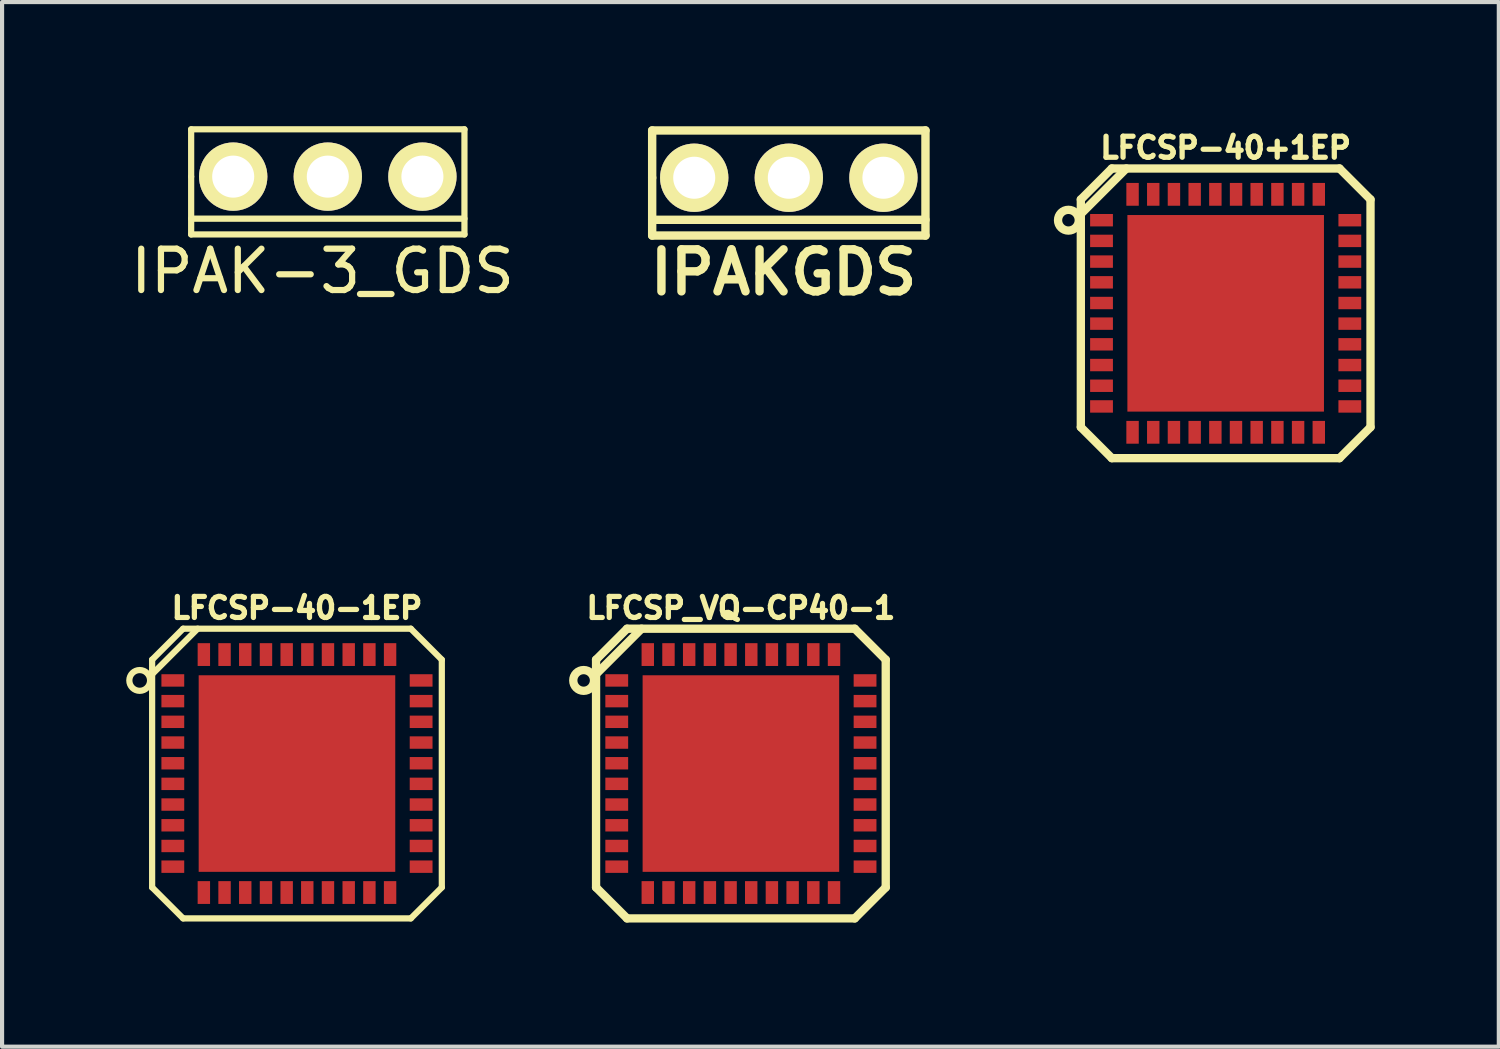
<source format=kicad_pcb>
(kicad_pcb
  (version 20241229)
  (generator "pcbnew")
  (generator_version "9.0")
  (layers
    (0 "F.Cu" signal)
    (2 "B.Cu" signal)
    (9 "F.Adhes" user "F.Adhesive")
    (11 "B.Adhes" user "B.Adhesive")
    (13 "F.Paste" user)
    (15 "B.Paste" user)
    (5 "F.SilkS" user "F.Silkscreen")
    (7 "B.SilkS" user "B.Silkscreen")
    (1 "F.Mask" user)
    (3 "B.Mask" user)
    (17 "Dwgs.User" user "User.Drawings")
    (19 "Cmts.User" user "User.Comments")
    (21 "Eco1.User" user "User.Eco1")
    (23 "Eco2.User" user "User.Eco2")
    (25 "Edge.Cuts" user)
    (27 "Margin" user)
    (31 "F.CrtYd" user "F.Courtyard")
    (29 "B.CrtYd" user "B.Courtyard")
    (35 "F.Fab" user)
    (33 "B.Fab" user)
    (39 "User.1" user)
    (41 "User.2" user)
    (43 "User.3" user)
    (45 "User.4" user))
  (footprint "LFCSP_VQ-CP40-1"
    (layer "F.Cu")
    (at 14.853 15.642)
    (property "Reference" "LFCSP_VQ-CP40-1" (at 0 -4 0) (layer "F.SilkS") (effects (font (size 0.508 0.508) (thickness 0.127))))
    (attr smd)
    (fp_line (start -3.5 -2.751) (end -2.751 -3.5) (stroke (width 0.201) (type solid)) (layer "F.SilkS"))
    (fp_line (start -3.5 -2.4) (end -2.4 -3.5) (stroke (width 0.201) (type solid)) (layer "F.SilkS"))
    (fp_line (start -3.5 2.751) (end -3.5 -2.751) (stroke (width 0.201) (type solid)) (layer "F.SilkS"))
    (fp_line (start -2.751 -3.5) (end 2.751 -3.5) (stroke (width 0.201) (type solid)) (layer "F.SilkS"))
    (fp_line (start -2.751 3.5) (end -3.5 2.751) (stroke (width 0.201) (type solid)) (layer "F.SilkS"))
    (fp_line (start 2.751 -3.5) (end 3.5 -2.751) (stroke (width 0.201) (type solid)) (layer "F.SilkS"))
    (fp_line (start 2.751 3.5) (end -2.751 3.5) (stroke (width 0.201) (type solid)) (layer "F.SilkS"))
    (fp_line (start 2.751 3.5) (end 3.5 2.751) (stroke (width 0.201) (type solid)) (layer "F.SilkS"))
    (fp_line (start 3.5 -2.751) (end 3.5 2.751) (stroke (width 0.201) (type solid)) (layer "F.SilkS"))
    (fp_circle (center -3.8 -2.25) (end -4.051 -2.25) (stroke (width 0.201) (type solid)) (fill no) (layer "F.SilkS"))
    (pad "1" smd rect (at -3 -2.25 270) (size 0.3 0.551) (layers "F.Cu" "F.Mask" "F.Paste"))
    (pad "2" smd rect (at -3 -1.75 270) (size 0.3 0.551) (layers "F.Cu" "F.Mask" "F.Paste"))
    (pad "3" smd rect (at -3 -1.25 270) (size 0.3 0.551) (layers "F.Cu" "F.Mask" "F.Paste"))
    (pad "4" smd rect (at -3 -0.749 270) (size 0.3 0.551) (layers "F.Cu" "F.Mask" "F.Paste"))
    (pad "5" smd rect (at -3 -0.249 270) (size 0.3 0.551) (layers "F.Cu" "F.Mask" "F.Paste"))
    (pad "6" smd rect (at -3 0.249 270) (size 0.3 0.551) (layers "F.Cu" "F.Mask" "F.Paste"))
    (pad "7" smd rect (at -3 0.749 270) (size 0.3 0.551) (layers "F.Cu" "F.Mask" "F.Paste"))
    (pad "8" smd rect (at -3 1.25 270) (size 0.3 0.551) (layers "F.Cu" "F.Mask" "F.Paste"))
    (pad "9" smd rect (at -3 1.75 270) (size 0.3 0.551) (layers "F.Cu" "F.Mask" "F.Paste"))
    (pad "10" smd rect (at -3 2.25 270) (size 0.3 0.551) (layers "F.Cu" "F.Mask" "F.Paste"))
    (pad "11" smd rect (at -2.25 2.875) (size 0.3 0.551) (layers "F.Cu" "F.Mask" "F.Paste"))
    (pad "12" smd rect (at -1.75 2.875) (size 0.3 0.551) (layers "F.Cu" "F.Mask" "F.Paste"))
    (pad "13" smd rect (at -1.25 2.875) (size 0.3 0.551) (layers "F.Cu" "F.Mask" "F.Paste"))
    (pad "14" smd rect (at -0.749 2.875) (size 0.3 0.551) (layers "F.Cu" "F.Mask" "F.Paste"))
    (pad "15" smd rect (at -0.249 2.875) (size 0.3 0.551) (layers "F.Cu" "F.Mask" "F.Paste"))
    (pad "16" smd rect (at 0.249 2.875) (size 0.3 0.551) (layers "F.Cu" "F.Mask" "F.Paste"))
    (pad "17" smd rect (at 0.749 2.875) (size 0.3 0.551) (layers "F.Cu" "F.Mask" "F.Paste"))
    (pad "18" smd rect (at 1.25 2.875) (size 0.3 0.551) (layers "F.Cu" "F.Mask" "F.Paste"))
    (pad "19" smd rect (at 1.75 2.875) (size 0.3 0.551) (layers "F.Cu" "F.Mask" "F.Paste"))
    (pad "20" smd rect (at 2.25 2.875) (size 0.3 0.551) (layers "F.Cu" "F.Mask" "F.Paste"))
    (pad "21" smd rect (at 3 2.25 270) (size 0.3 0.551) (layers "F.Cu" "F.Mask" "F.Paste"))
    (pad "22" smd rect (at 3 1.75 270) (size 0.3 0.551) (layers "F.Cu" "F.Mask" "F.Paste"))
    (pad "23" smd rect (at 3 1.25 270) (size 0.3 0.551) (layers "F.Cu" "F.Mask" "F.Paste"))
    (pad "24" smd rect (at 3 0.749 270) (size 0.3 0.551) (layers "F.Cu" "F.Mask" "F.Paste"))
    (pad "25" smd rect (at 3 0.249 270) (size 0.3 0.551) (layers "F.Cu" "F.Mask" "F.Paste"))
    (pad "26" smd rect (at 3 -0.249 270) (size 0.3 0.551) (layers "F.Cu" "F.Mask" "F.Paste"))
    (pad "27" smd rect (at 3 -0.749 270) (size 0.3 0.551) (layers "F.Cu" "F.Mask" "F.Paste"))
    (pad "28" smd rect (at 3 -1.25 270) (size 0.3 0.551) (layers "F.Cu" "F.Mask" "F.Paste"))
    (pad "29" smd rect (at 3 -1.75 270) (size 0.3 0.551) (layers "F.Cu" "F.Mask" "F.Paste"))
    (pad "30" smd rect (at 3 -2.25 270) (size 0.3 0.551) (layers "F.Cu" "F.Mask" "F.Paste"))
    (pad "31" smd rect (at 2.25 -2.875) (size 0.3 0.551) (layers "F.Cu" "F.Mask" "F.Paste"))
    (pad "32" smd rect (at 1.75 -2.875) (size 0.3 0.551) (layers "F.Cu" "F.Mask" "F.Paste"))
    (pad "33" smd rect (at 1.25 -2.875) (size 0.3 0.551) (layers "F.Cu" "F.Mask" "F.Paste"))
    (pad "34" smd rect (at 0.749 -2.875) (size 0.3 0.551) (layers "F.Cu" "F.Mask" "F.Paste"))
    (pad "35" smd rect (at 0.251 -2.875) (size 0.3 0.551) (layers "F.Cu" "F.Mask" "F.Paste"))
    (pad "36" smd rect (at -0.249 -2.875) (size 0.3 0.551) (layers "F.Cu" "F.Mask" "F.Paste"))
    (pad "37" smd rect (at -0.749 -2.875) (size 0.3 0.551) (layers "F.Cu" "F.Mask" "F.Paste"))
    (pad "38" smd rect (at -1.25 -2.875) (size 0.3 0.551) (layers "F.Cu" "F.Mask" "F.Paste"))
    (pad "39" smd rect (at -1.75 -2.875) (size 0.3 0.551) (layers "F.Cu" "F.Mask" "F.Paste"))
    (pad "40" smd rect (at -2.25 -2.875) (size 0.3 0.551) (layers "F.Cu" "F.Mask" "F.Paste"))
    (pad "41" smd rect (at 0 0) (size 4.75 4.75) (layers "F.Cu" "F.Mask" "F.Paste")))
  (footprint "LFCSP-40-1EP"
    (layer "F.Cu")
    (at 4.126 15.642)
    (property "Reference" "LFCSP-40-1EP" (at 0 -4 0) (layer "F.SilkS") (effects (font (size 0.508 0.508) (thickness 0.127))))
    (attr smd)
    (fp_line (start -3.5 -2.751) (end -2.751 -3.5) (stroke (width 0.15) (type solid)) (layer "F.SilkS"))
    (fp_line (start -3.5 -2.4) (end -2.4 -3.5) (stroke (width 0.15) (type solid)) (layer "F.SilkS"))
    (fp_line (start -3.5 2.751) (end -3.5 -2.751) (stroke (width 0.15) (type solid)) (layer "F.SilkS"))
    (fp_line (start -2.751 -3.5) (end 2.751 -3.5) (stroke (width 0.15) (type solid)) (layer "F.SilkS"))
    (fp_line (start -2.751 3.5) (end -3.5 2.751) (stroke (width 0.15) (type solid)) (layer "F.SilkS"))
    (fp_line (start 2.751 -3.5) (end 3.5 -2.751) (stroke (width 0.15) (type solid)) (layer "F.SilkS"))
    (fp_line (start 2.751 3.5) (end -2.751 3.5) (stroke (width 0.15) (type solid)) (layer "F.SilkS"))
    (fp_line (start 2.751 3.5) (end 3.5 2.751) (stroke (width 0.15) (type solid)) (layer "F.SilkS"))
    (fp_line (start 3.5 -2.751) (end 3.5 2.751) (stroke (width 0.15) (type solid)) (layer "F.SilkS"))
    (fp_circle (center -3.8 -2.25) (end -4.051 -2.25) (stroke (width 0.15) (type solid)) (fill no) (layer "F.SilkS"))
    (pad "1" smd rect (at -3 -2.25 270) (size 0.3 0.551) (layers "F.Cu" "F.Mask" "F.Paste"))
    (pad "2" smd rect (at -3 -1.75 270) (size 0.3 0.551) (layers "F.Cu" "F.Mask" "F.Paste"))
    (pad "3" smd rect (at -3 -1.25 270) (size 0.3 0.551) (layers "F.Cu" "F.Mask" "F.Paste"))
    (pad "4" smd rect (at -3 -0.749 270) (size 0.3 0.551) (layers "F.Cu" "F.Mask" "F.Paste"))
    (pad "5" smd rect (at -3 -0.249 270) (size 0.3 0.551) (layers "F.Cu" "F.Mask" "F.Paste"))
    (pad "6" smd rect (at -3 0.249 270) (size 0.3 0.551) (layers "F.Cu" "F.Mask" "F.Paste"))
    (pad "7" smd rect (at -3 0.749 270) (size 0.3 0.551) (layers "F.Cu" "F.Mask" "F.Paste"))
    (pad "8" smd rect (at -3 1.25 270) (size 0.3 0.551) (layers "F.Cu" "F.Mask" "F.Paste"))
    (pad "9" smd rect (at -3 1.75 270) (size 0.3 0.551) (layers "F.Cu" "F.Mask" "F.Paste"))
    (pad "10" smd rect (at -3 2.25 270) (size 0.3 0.551) (layers "F.Cu" "F.Mask" "F.Paste"))
    (pad "11" smd rect (at -2.25 2.875) (size 0.3 0.551) (layers "F.Cu" "F.Mask" "F.Paste"))
    (pad "12" smd rect (at -1.75 2.875) (size 0.3 0.551) (layers "F.Cu" "F.Mask" "F.Paste"))
    (pad "13" smd rect (at -1.25 2.875) (size 0.3 0.551) (layers "F.Cu" "F.Mask" "F.Paste"))
    (pad "14" smd rect (at -0.749 2.875) (size 0.3 0.551) (layers "F.Cu" "F.Mask" "F.Paste"))
    (pad "15" smd rect (at -0.249 2.875) (size 0.3 0.551) (layers "F.Cu" "F.Mask" "F.Paste"))
    (pad "16" smd rect (at 0.249 2.875) (size 0.3 0.551) (layers "F.Cu" "F.Mask" "F.Paste"))
    (pad "17" smd rect (at 0.749 2.875) (size 0.3 0.551) (layers "F.Cu" "F.Mask" "F.Paste"))
    (pad "18" smd rect (at 1.25 2.875) (size 0.3 0.551) (layers "F.Cu" "F.Mask" "F.Paste"))
    (pad "19" smd rect (at 1.75 2.875) (size 0.3 0.551) (layers "F.Cu" "F.Mask" "F.Paste"))
    (pad "20" smd rect (at 2.25 2.875) (size 0.3 0.551) (layers "F.Cu" "F.Mask" "F.Paste"))
    (pad "21" smd rect (at 3 2.25 270) (size 0.3 0.551) (layers "F.Cu" "F.Mask" "F.Paste"))
    (pad "22" smd rect (at 3 1.75 270) (size 0.3 0.551) (layers "F.Cu" "F.Mask" "F.Paste"))
    (pad "23" smd rect (at 3 1.25 270) (size 0.3 0.551) (layers "F.Cu" "F.Mask" "F.Paste"))
    (pad "24" smd rect (at 3 0.749 270) (size 0.3 0.551) (layers "F.Cu" "F.Mask" "F.Paste"))
    (pad "25" smd rect (at 3 0.249 270) (size 0.3 0.551) (layers "F.Cu" "F.Mask" "F.Paste"))
    (pad "26" smd rect (at 3 -0.249 270) (size 0.3 0.551) (layers "F.Cu" "F.Mask" "F.Paste"))
    (pad "27" smd rect (at 3 -0.749 270) (size 0.3 0.551) (layers "F.Cu" "F.Mask" "F.Paste"))
    (pad "28" smd rect (at 3 -1.25 270) (size 0.3 0.551) (layers "F.Cu" "F.Mask" "F.Paste"))
    (pad "29" smd rect (at 3 -1.75 270) (size 0.3 0.551) (layers "F.Cu" "F.Mask" "F.Paste"))
    (pad "30" smd rect (at 3 -2.25 270) (size 0.3 0.551) (layers "F.Cu" "F.Mask" "F.Paste"))
    (pad "31" smd rect (at 2.25 -2.875) (size 0.3 0.551) (layers "F.Cu" "F.Mask" "F.Paste"))
    (pad "32" smd rect (at 1.75 -2.875) (size 0.3 0.551) (layers "F.Cu" "F.Mask" "F.Paste"))
    (pad "33" smd rect (at 1.25 -2.875) (size 0.3 0.551) (layers "F.Cu" "F.Mask" "F.Paste"))
    (pad "34" smd rect (at 0.749 -2.875) (size 0.3 0.551) (layers "F.Cu" "F.Mask" "F.Paste"))
    (pad "35" smd rect (at 0.251 -2.875) (size 0.3 0.551) (layers "F.Cu" "F.Mask" "F.Paste"))
    (pad "36" smd rect (at -0.249 -2.875) (size 0.3 0.551) (layers "F.Cu" "F.Mask" "F.Paste"))
    (pad "37" smd rect (at -0.749 -2.875) (size 0.3 0.551) (layers "F.Cu" "F.Mask" "F.Paste"))
    (pad "38" smd rect (at -1.25 -2.875) (size 0.3 0.551) (layers "F.Cu" "F.Mask" "F.Paste"))
    (pad "39" smd rect (at -1.75 -2.875) (size 0.3 0.551) (layers "F.Cu" "F.Mask" "F.Paste"))
    (pad "40" smd rect (at -2.25 -2.875) (size 0.3 0.551) (layers "F.Cu" "F.Mask" "F.Paste"))
    (pad "41" smd rect (at 0 0) (size 4.75 4.75) (layers "F.Cu" "F.Mask" "F.Paste")))
  (footprint "IPAKGDS"
    (layer "F.Cu")
    (at 16.011 1.245)
    (property "Reference" "IPAKGDS" (at -0.127 2.286 0) (layer "F.SilkS") (effects (font (size 1.016 1.016) (thickness 0.203))))
    (attr through_hole)
    (fp_line (start -3.302 -1.143) (end -3.302 0) (stroke (width 0.203) (type solid)) (layer "F.SilkS"))
    (fp_line (start -3.302 0) (end -3.302 1.397) (stroke (width 0.203) (type solid)) (layer "F.SilkS"))
    (fp_line (start -3.302 1.016) (end 3.302 1.016) (stroke (width 0.203) (type solid)) (layer "F.SilkS"))
    (fp_line (start -3.302 1.397) (end 3.302 1.397) (stroke (width 0.203) (type solid)) (layer "F.SilkS"))
    (fp_line (start 3.302 -1.143) (end -3.302 -1.143) (stroke (width 0.203) (type solid)) (layer "F.SilkS"))
    (fp_line (start 3.302 1.397) (end 3.302 -1.143) (stroke (width 0.203) (type solid)) (layer "F.SilkS"))
    (pad "D" thru_hole circle (at 0 0) (size 1.651 1.651) (drill 1.016) (layers "*.Cu" "*.Mask" "F.SilkS"))
    (pad "G" thru_hole circle (at 2.286 0) (size 1.651 1.651) (drill 1.016) (layers "*.Cu" "*.Mask" "F.SilkS"))
    (pad "S" thru_hole circle (at -2.286 0) (size 1.651 1.651) (drill 1.016) (layers "*.Cu" "*.Mask" "F.SilkS")))
  (footprint "LFCSP-40+1EP"
    (layer "F.Cu")
    (at 26.567 4.521)
    (property "Reference" "LFCSP-40+1EP" (at 0 -4 0) (layer "F.SilkS") (effects (font (size 0.508 0.508) (thickness 0.127))))
    (attr smd)
    (fp_line (start -3.5 -2.751) (end -2.751 -3.5) (stroke (width 0.201) (type solid)) (layer "F.SilkS"))
    (fp_line (start -3.5 -2.4) (end -2.4 -3.5) (stroke (width 0.201) (type solid)) (layer "F.SilkS"))
    (fp_line (start -3.5 2.751) (end -3.5 -2.751) (stroke (width 0.201) (type solid)) (layer "F.SilkS"))
    (fp_line (start -2.751 -3.5) (end 2.751 -3.5) (stroke (width 0.201) (type solid)) (layer "F.SilkS"))
    (fp_line (start -2.751 3.5) (end -3.5 2.751) (stroke (width 0.201) (type solid)) (layer "F.SilkS"))
    (fp_line (start 2.751 -3.5) (end 3.5 -2.751) (stroke (width 0.201) (type solid)) (layer "F.SilkS"))
    (fp_line (start 2.751 3.5) (end -2.751 3.5) (stroke (width 0.201) (type solid)) (layer "F.SilkS"))
    (fp_line (start 2.751 3.5) (end 3.5 2.751) (stroke (width 0.201) (type solid)) (layer "F.SilkS"))
    (fp_line (start 3.5 -2.751) (end 3.5 2.751) (stroke (width 0.201) (type solid)) (layer "F.SilkS"))
    (fp_circle (center -3.8 -2.25) (end -4.051 -2.25) (stroke (width 0.201) (type solid)) (fill no) (layer "F.SilkS"))
    (pad "1" smd rect (at -3 -2.25 270) (size 0.3 0.551) (layers "F.Cu" "F.Mask" "F.Paste"))
    (pad "2" smd rect (at -3 -1.75 270) (size 0.3 0.551) (layers "F.Cu" "F.Mask" "F.Paste"))
    (pad "3" smd rect (at -3 -1.25 270) (size 0.3 0.551) (layers "F.Cu" "F.Mask" "F.Paste"))
    (pad "4" smd rect (at -3 -0.749 270) (size 0.3 0.551) (layers "F.Cu" "F.Mask" "F.Paste"))
    (pad "5" smd rect (at -3 -0.249 270) (size 0.3 0.551) (layers "F.Cu" "F.Mask" "F.Paste"))
    (pad "6" smd rect (at -3 0.249 270) (size 0.3 0.551) (layers "F.Cu" "F.Mask" "F.Paste"))
    (pad "7" smd rect (at -3 0.749 270) (size 0.3 0.551) (layers "F.Cu" "F.Mask" "F.Paste"))
    (pad "8" smd rect (at -3 1.25 270) (size 0.3 0.551) (layers "F.Cu" "F.Mask" "F.Paste"))
    (pad "9" smd rect (at -3 1.75 270) (size 0.3 0.551) (layers "F.Cu" "F.Mask" "F.Paste"))
    (pad "10" smd rect (at -3 2.25 270) (size 0.3 0.551) (layers "F.Cu" "F.Mask" "F.Paste"))
    (pad "11" smd rect (at -2.25 2.875) (size 0.3 0.551) (layers "F.Cu" "F.Mask" "F.Paste"))
    (pad "12" smd rect (at -1.75 2.875) (size 0.3 0.551) (layers "F.Cu" "F.Mask" "F.Paste"))
    (pad "13" smd rect (at -1.25 2.875) (size 0.3 0.551) (layers "F.Cu" "F.Mask" "F.Paste"))
    (pad "14" smd rect (at -0.749 2.875) (size 0.3 0.551) (layers "F.Cu" "F.Mask" "F.Paste"))
    (pad "15" smd rect (at -0.249 2.875) (size 0.3 0.551) (layers "F.Cu" "F.Mask" "F.Paste"))
    (pad "16" smd rect (at 0.249 2.875) (size 0.3 0.551) (layers "F.Cu" "F.Mask" "F.Paste"))
    (pad "17" smd rect (at 0.749 2.875) (size 0.3 0.551) (layers "F.Cu" "F.Mask" "F.Paste"))
    (pad "18" smd rect (at 1.25 2.875) (size 0.3 0.551) (layers "F.Cu" "F.Mask" "F.Paste"))
    (pad "19" smd rect (at 1.75 2.875) (size 0.3 0.551) (layers "F.Cu" "F.Mask" "F.Paste"))
    (pad "20" smd rect (at 2.25 2.875) (size 0.3 0.551) (layers "F.Cu" "F.Mask" "F.Paste"))
    (pad "21" smd rect (at 3 2.25 270) (size 0.3 0.551) (layers "F.Cu" "F.Mask" "F.Paste"))
    (pad "22" smd rect (at 3 1.75 270) (size 0.3 0.551) (layers "F.Cu" "F.Mask" "F.Paste"))
    (pad "23" smd rect (at 3 1.25 270) (size 0.3 0.551) (layers "F.Cu" "F.Mask" "F.Paste"))
    (pad "24" smd rect (at 3 0.749 270) (size 0.3 0.551) (layers "F.Cu" "F.Mask" "F.Paste"))
    (pad "25" smd rect (at 3 0.249 270) (size 0.3 0.551) (layers "F.Cu" "F.Mask" "F.Paste"))
    (pad "26" smd rect (at 3 -0.249 270) (size 0.3 0.551) (layers "F.Cu" "F.Mask" "F.Paste"))
    (pad "27" smd rect (at 3 -0.749 270) (size 0.3 0.551) (layers "F.Cu" "F.Mask" "F.Paste"))
    (pad "28" smd rect (at 3 -1.25 270) (size 0.3 0.551) (layers "F.Cu" "F.Mask" "F.Paste"))
    (pad "29" smd rect (at 3 -1.75 270) (size 0.3 0.551) (layers "F.Cu" "F.Mask" "F.Paste"))
    (pad "30" smd rect (at 3 -2.25 270) (size 0.3 0.551) (layers "F.Cu" "F.Mask" "F.Paste"))
    (pad "31" smd rect (at 2.25 -2.875) (size 0.3 0.551) (layers "F.Cu" "F.Mask" "F.Paste"))
    (pad "32" smd rect (at 1.75 -2.875) (size 0.3 0.551) (layers "F.Cu" "F.Mask" "F.Paste"))
    (pad "33" smd rect (at 1.25 -2.875) (size 0.3 0.551) (layers "F.Cu" "F.Mask" "F.Paste"))
    (pad "34" smd rect (at 0.749 -2.875) (size 0.3 0.551) (layers "F.Cu" "F.Mask" "F.Paste"))
    (pad "35" smd rect (at 0.251 -2.875) (size 0.3 0.551) (layers "F.Cu" "F.Mask" "F.Paste"))
    (pad "36" smd rect (at -0.249 -2.875) (size 0.3 0.551) (layers "F.Cu" "F.Mask" "F.Paste"))
    (pad "37" smd rect (at -0.749 -2.875) (size 0.3 0.551) (layers "F.Cu" "F.Mask" "F.Paste"))
    (pad "38" smd rect (at -1.25 -2.875) (size 0.3 0.551) (layers "F.Cu" "F.Mask" "F.Paste"))
    (pad "39" smd rect (at -1.75 -2.875) (size 0.3 0.551) (layers "F.Cu" "F.Mask" "F.Paste"))
    (pad "40" smd rect (at -2.25 -2.875) (size 0.3 0.551) (layers "F.Cu" "F.Mask" "F.Paste"))
    (pad "41" smd rect (at 0 0) (size 4.75 4.75) (layers "F.Cu" "F.Mask" "F.Paste")))
  (footprint "IPAK-3_GDS"
    (layer "F.Cu")
    (at 4.871 1.218)
    (property "Reference" "IPAK-3_GDS" (at -0.127 2.286 0) (layer "F.SilkS") (effects (font (size 1 1) (thickness 0.15))))
    (attr through_hole)
    (fp_line (start -3.302 -1.143) (end -3.302 0) (stroke (width 0.15) (type solid)) (layer "F.SilkS"))
    (fp_line (start -3.302 0) (end -3.302 1.397) (stroke (width 0.15) (type solid)) (layer "F.SilkS"))
    (fp_line (start -3.302 1.016) (end 3.302 1.016) (stroke (width 0.15) (type solid)) (layer "F.SilkS"))
    (fp_line (start -3.302 1.397) (end 3.302 1.397) (stroke (width 0.15) (type solid)) (layer "F.SilkS"))
    (fp_line (start 3.302 -1.143) (end -3.302 -1.143) (stroke (width 0.15) (type solid)) (layer "F.SilkS"))
    (fp_line (start 3.302 1.397) (end 3.302 -1.143) (stroke (width 0.15) (type solid)) (layer "F.SilkS"))
    (pad "D" thru_hole circle (at 0 0) (size 1.651 1.651) (drill 1.016) (layers "*.Cu" "*.Mask" "F.SilkS"))
    (pad "G" thru_hole circle (at 2.286 0) (size 1.651 1.651) (drill 1.016) (layers "*.Cu" "*.Mask" "F.SilkS"))
    (pad "S" thru_hole circle (at -2.286 0) (size 1.651 1.651) (drill 1.016) (layers "*.Cu" "*.Mask" "F.SilkS")))
  (gr_rect
    (start -3 -3)
    (end 33.167 22.242)
    (stroke (width 0.1) (type default))
    (fill no)
    (layer "Edge.Cuts")))
</source>
